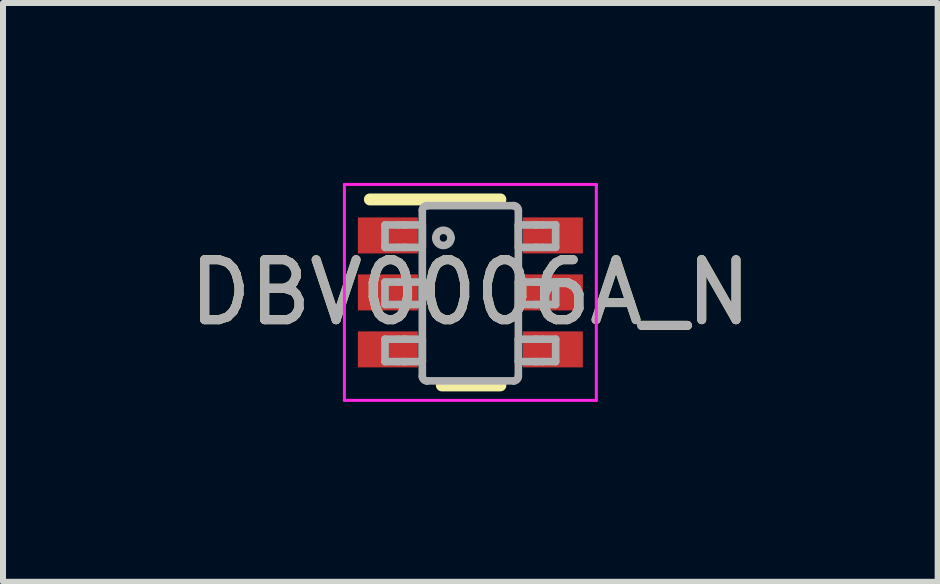
<source format=kicad_pcb>
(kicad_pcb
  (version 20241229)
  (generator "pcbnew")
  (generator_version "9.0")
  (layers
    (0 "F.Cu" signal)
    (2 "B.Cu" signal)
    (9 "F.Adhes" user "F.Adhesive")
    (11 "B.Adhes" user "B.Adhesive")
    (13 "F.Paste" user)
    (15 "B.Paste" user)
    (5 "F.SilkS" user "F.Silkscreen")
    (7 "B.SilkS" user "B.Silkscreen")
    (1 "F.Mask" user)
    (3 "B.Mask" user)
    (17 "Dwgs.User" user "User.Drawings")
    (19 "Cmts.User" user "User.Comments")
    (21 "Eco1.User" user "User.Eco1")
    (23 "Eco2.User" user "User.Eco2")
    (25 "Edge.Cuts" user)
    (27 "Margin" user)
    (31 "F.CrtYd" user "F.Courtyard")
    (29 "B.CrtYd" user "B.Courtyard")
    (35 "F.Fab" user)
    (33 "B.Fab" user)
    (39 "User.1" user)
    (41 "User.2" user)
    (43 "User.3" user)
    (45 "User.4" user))
  (footprint "DBV0006A_N"
    (layer "F.Cu")
    (at 4.792 1.825)
    (property "Reference" "DBV0006A_N" (at 0 0 0) (unlocked yes) (layer "F.SilkS") (effects (font (size 1 1) (thickness 0.15))))
    (attr smd)
    (fp_line (start -1.675 -1.55) (end 0.5 -1.55) (stroke (width 0.2) (type solid)) (layer "F.SilkS"))
    (fp_line (start -0.475 1.55) (end 0.5 1.55) (stroke (width 0.2) (type solid)) (layer "F.SilkS"))
    (fp_line (start -2.1 -1.8) (end -2.1 1.8) (stroke (width 0.05) (type default)) (layer "F.CrtYd"))
    (fp_line (start -2.1 -1.8) (end 2.1 -1.8) (stroke (width 0.05) (type default)) (layer "F.CrtYd"))
    (fp_line (start 2.1 -1.8) (end 2.1 1.8) (stroke (width 0.05) (type default)) (layer "F.CrtYd"))
    (fp_line (start 2.1 1.8) (end -2.1 1.8) (stroke (width 0.05) (type default)) (layer "F.CrtYd"))
    (fp_line (start -1.423 -1.125) (end -1.206 -1.125) (stroke (width 0.127) (type solid)) (layer "F.Fab"))
    (fp_line (start -1.423 -0.751) (end -1.423 -1.125) (stroke (width 0.127) (type solid)) (layer "F.Fab"))
    (fp_line (start -1.423 -0.751) (end -1.206 -0.751) (stroke (width 0.127) (type solid)) (layer "F.Fab"))
    (fp_line (start -1.423 -0.173) (end -1.206 -0.173) (stroke (width 0.127) (type solid)) (layer "F.Fab"))
    (fp_line (start -1.423 0.202) (end -1.423 -0.173) (stroke (width 0.127) (type solid)) (layer "F.Fab"))
    (fp_line (start -1.423 0.202) (end -1.206 0.202) (stroke (width 0.127) (type solid)) (layer "F.Fab"))
    (fp_line (start -1.423 0.78) (end -1.206 0.78) (stroke (width 0.127) (type solid)) (layer "F.Fab"))
    (fp_line (start -1.423 1.154) (end -1.423 0.78) (stroke (width 0.127) (type solid)) (layer "F.Fab"))
    (fp_line (start -1.423 1.154) (end -1.206 1.154) (stroke (width 0.127) (type solid)) (layer "F.Fab"))
    (fp_line (start -1.206 -1.125) (end -1.113 -1.125) (stroke (width 0.127) (type solid)) (layer "F.Fab"))
    (fp_line (start -1.206 -0.751) (end -1.113 -0.751) (stroke (width 0.127) (type solid)) (layer "F.Fab"))
    (fp_line (start -1.206 -0.173) (end -1.113 -0.173) (stroke (width 0.127) (type solid)) (layer "F.Fab"))
    (fp_line (start -1.206 0.202) (end -1.113 0.202) (stroke (width 0.127) (type solid)) (layer "F.Fab"))
    (fp_line (start -1.206 0.78) (end -1.113 0.78) (stroke (width 0.127) (type solid)) (layer "F.Fab"))
    (fp_line (start -1.206 1.154) (end -1.113 1.154) (stroke (width 0.127) (type solid)) (layer "F.Fab"))
    (fp_line (start -1.113 -1.125) (end -1.081 -1.125) (stroke (width 0.127) (type solid)) (layer "F.Fab"))
    (fp_line (start -1.113 -0.751) (end -1.081 -0.751) (stroke (width 0.127) (type solid)) (layer "F.Fab"))
    (fp_line (start -1.113 -0.173) (end -1.081 -0.173) (stroke (width 0.127) (type solid)) (layer "F.Fab"))
    (fp_line (start -1.113 0.202) (end -1.081 0.202) (stroke (width 0.127) (type solid)) (layer "F.Fab"))
    (fp_line (start -1.113 0.78) (end -1.081 0.78) (stroke (width 0.127) (type solid)) (layer "F.Fab"))
    (fp_line (start -1.113 1.154) (end -1.081 1.154) (stroke (width 0.127) (type solid)) (layer "F.Fab"))
    (fp_line (start -1.081 -1.125) (end -0.828 -1.125) (stroke (width 0.127) (type solid)) (layer "F.Fab"))
    (fp_line (start -1.081 -0.751) (end -0.828 -0.751) (stroke (width 0.127) (type solid)) (layer "F.Fab"))
    (fp_line (start -1.081 -0.173) (end -0.828 -0.173) (stroke (width 0.127) (type solid)) (layer "F.Fab"))
    (fp_line (start -1.081 0.202) (end -0.828 0.202) (stroke (width 0.127) (type solid)) (layer "F.Fab"))
    (fp_line (start -1.081 0.78) (end -0.828 0.78) (stroke (width 0.127) (type solid)) (layer "F.Fab"))
    (fp_line (start -1.081 1.154) (end -0.828 1.154) (stroke (width 0.127) (type solid)) (layer "F.Fab"))
    (fp_line (start -0.828 -1.125) (end -0.801 -1.125) (stroke (width 0.127) (type solid)) (layer "F.Fab"))
    (fp_line (start -0.828 -0.751) (end -0.801 -0.751) (stroke (width 0.127) (type solid)) (layer "F.Fab"))
    (fp_line (start -0.828 -0.173) (end -0.801 -0.173) (stroke (width 0.127) (type solid)) (layer "F.Fab"))
    (fp_line (start -0.828 0.202) (end -0.801 0.202) (stroke (width 0.127) (type solid)) (layer "F.Fab"))
    (fp_line (start -0.828 0.78) (end -0.801 0.78) (stroke (width 0.127) (type solid)) (layer "F.Fab"))
    (fp_line (start -0.828 1.154) (end -0.801 1.154) (stroke (width 0.127) (type solid)) (layer "F.Fab"))
    (fp_line (start -0.801 -0.751) (end -0.801 -1.125) (stroke (width 0.127) (type solid)) (layer "F.Fab"))
    (fp_line (start -0.801 0.202) (end -0.801 -0.173) (stroke (width 0.127) (type solid)) (layer "F.Fab"))
    (fp_line (start -0.801 1.154) (end -0.801 0.78) (stroke (width 0.127) (type solid)) (layer "F.Fab"))
    (fp_line (start -0.801 1.399) (end -0.801 -1.37) (stroke (width 0.127) (type solid)) (layer "F.Fab"))
    (fp_line (start -0.725 -1.446) (end -0.724 -1.446) (stroke (width 0.127) (type solid)) (layer "F.Fab"))
    (fp_line (start -0.725 1.475) (end -0.724 1.475) (stroke (width 0.127) (type solid)) (layer "F.Fab"))
    (fp_line (start -0.724 -1.446) (end 0.723 -1.446) (stroke (width 0.127) (type solid)) (layer "F.Fab"))
    (fp_line (start -0.724 1.475) (end 0.723 1.475) (stroke (width 0.127) (type solid)) (layer "F.Fab"))
    (fp_line (start 0.723 -1.446) (end 0.724 -1.446) (stroke (width 0.127) (type solid)) (layer "F.Fab"))
    (fp_line (start 0.723 1.475) (end 0.724 1.475) (stroke (width 0.127) (type solid)) (layer "F.Fab"))
    (fp_line (start 0.8 -1.125) (end 0.827 -1.125) (stroke (width 0.127) (type solid)) (layer "F.Fab"))
    (fp_line (start 0.8 -0.751) (end 0.8 -1.125) (stroke (width 0.127) (type solid)) (layer "F.Fab"))
    (fp_line (start 0.8 -0.751) (end 0.827 -0.751) (stroke (width 0.127) (type solid)) (layer "F.Fab"))
    (fp_line (start 0.8 -0.173) (end 0.827 -0.173) (stroke (width 0.127) (type solid)) (layer "F.Fab"))
    (fp_line (start 0.8 0.202) (end 0.8 -0.173) (stroke (width 0.127) (type solid)) (layer "F.Fab"))
    (fp_line (start 0.8 0.202) (end 0.827 0.202) (stroke (width 0.127) (type solid)) (layer "F.Fab"))
    (fp_line (start 0.8 0.78) (end 0.827 0.78) (stroke (width 0.127) (type solid)) (layer "F.Fab"))
    (fp_line (start 0.8 1.154) (end 0.8 0.78) (stroke (width 0.127) (type solid)) (layer "F.Fab"))
    (fp_line (start 0.8 1.154) (end 0.827 1.154) (stroke (width 0.127) (type solid)) (layer "F.Fab"))
    (fp_line (start 0.8 1.399) (end 0.8 -1.37) (stroke (width 0.127) (type solid)) (layer "F.Fab"))
    (fp_line (start 0.827 -1.125) (end 1.08 -1.125) (stroke (width 0.127) (type solid)) (layer "F.Fab"))
    (fp_line (start 0.827 -0.751) (end 1.08 -0.751) (stroke (width 0.127) (type solid)) (layer "F.Fab"))
    (fp_line (start 0.827 -0.173) (end 1.08 -0.173) (stroke (width 0.127) (type solid)) (layer "F.Fab"))
    (fp_line (start 0.827 0.202) (end 1.08 0.202) (stroke (width 0.127) (type solid)) (layer "F.Fab"))
    (fp_line (start 0.827 0.78) (end 1.08 0.78) (stroke (width 0.127) (type solid)) (layer "F.Fab"))
    (fp_line (start 0.827 1.154) (end 1.08 1.154) (stroke (width 0.127) (type solid)) (layer "F.Fab"))
    (fp_line (start 1.08 -1.125) (end 1.112 -1.125) (stroke (width 0.127) (type solid)) (layer "F.Fab"))
    (fp_line (start 1.08 -0.751) (end 1.112 -0.751) (stroke (width 0.127) (type solid)) (layer "F.Fab"))
    (fp_line (start 1.08 -0.173) (end 1.112 -0.173) (stroke (width 0.127) (type solid)) (layer "F.Fab"))
    (fp_line (start 1.08 0.202) (end 1.112 0.202) (stroke (width 0.127) (type solid)) (layer "F.Fab"))
    (fp_line (start 1.08 0.78) (end 1.112 0.78) (stroke (width 0.127) (type solid)) (layer "F.Fab"))
    (fp_line (start 1.08 1.154) (end 1.112 1.154) (stroke (width 0.127) (type solid)) (layer "F.Fab"))
    (fp_line (start 1.112 -1.125) (end 1.205 -1.125) (stroke (width 0.127) (type solid)) (layer "F.Fab"))
    (fp_line (start 1.112 -0.751) (end 1.205 -0.751) (stroke (width 0.127) (type solid)) (layer "F.Fab"))
    (fp_line (start 1.112 -0.173) (end 1.205 -0.173) (stroke (width 0.127) (type solid)) (layer "F.Fab"))
    (fp_line (start 1.112 0.202) (end 1.205 0.202) (stroke (width 0.127) (type solid)) (layer "F.Fab"))
    (fp_line (start 1.112 0.78) (end 1.205 0.78) (stroke (width 0.127) (type solid)) (layer "F.Fab"))
    (fp_line (start 1.112 1.154) (end 1.205 1.154) (stroke (width 0.127) (type solid)) (layer "F.Fab"))
    (fp_line (start 1.205 -1.125) (end 1.422 -1.125) (stroke (width 0.127) (type solid)) (layer "F.Fab"))
    (fp_line (start 1.205 -0.751) (end 1.422 -0.751) (stroke (width 0.127) (type solid)) (layer "F.Fab"))
    (fp_line (start 1.205 -0.173) (end 1.422 -0.173) (stroke (width 0.127) (type solid)) (layer "F.Fab"))
    (fp_line (start 1.205 0.202) (end 1.422 0.202) (stroke (width 0.127) (type solid)) (layer "F.Fab"))
    (fp_line (start 1.205 0.78) (end 1.422 0.78) (stroke (width 0.127) (type solid)) (layer "F.Fab"))
    (fp_line (start 1.205 1.154) (end 1.422 1.154) (stroke (width 0.127) (type solid)) (layer "F.Fab"))
    (fp_line (start 1.422 -0.751) (end 1.422 -1.125) (stroke (width 0.127) (type solid)) (layer "F.Fab"))
    (fp_line (start 1.422 0.202) (end 1.422 -0.173) (stroke (width 0.127) (type solid)) (layer "F.Fab"))
    (fp_line (start 1.422 1.154) (end 1.422 0.78) (stroke (width 0.127) (type solid)) (layer "F.Fab"))
    (fp_arc (start -0.800692 -1.369901) (mid -0.778512 -1.423533) (end -0.724999 -1.446) (stroke (width 0.127) (type solid)) (layer "F.Fab"))
    (fp_arc (start -0.724999 1.475002) (mid -0.778507 1.452548) (end -0.800692 1.398928) (stroke (width 0.127) (type solid)) (layer "F.Fab"))
    (fp_arc (start -0.576537 -0.906071) (mid -0.449562 -1.033046) (end -0.322588 -0.906071) (stroke (width 0.127) (type solid)) (layer "F.Fab"))
    (fp_arc (start -0.322588 -0.906071) (mid -0.449562 -0.779097) (end -0.576537 -0.906071) (stroke (width 0.127) (type solid)) (layer "F.Fab"))
    (fp_arc (start 0.723841 -1.446) (mid 0.777341 -1.423528) (end 0.799508 -1.369901) (stroke (width 0.127) (type solid)) (layer "F.Fab"))
    (fp_arc (start 0.799508 1.398928) (mid 0.777336 1.452543) (end 0.723841 1.475002) (stroke (width 0.127) (type solid)) (layer "F.Fab"))
    (fp_text user "${REFERENCE}" (at 0 0 0) (unlocked yes) (layer "F.Fab") (effects (font (size 1 1) (thickness 0.15))))
    (pad "1" smd rect (at -1.375 -0.95 90) (size 0.6 1) (layers "F.Cu" "F.Mask" "F.Paste"))
    (pad "2" smd rect (at -1.375 0 90) (size 0.6 1) (layers "F.Cu" "F.Mask" "F.Paste"))
    (pad "3" smd rect (at -1.375 0.95 90) (size 0.6 1) (layers "F.Cu" "F.Mask" "F.Paste"))
    (pad "4" smd rect (at 1.375 0.95 90) (size 0.6 1) (layers "F.Cu" "F.Mask" "F.Paste"))
    (pad "5" smd rect (at 1.375 0 90) (size 0.6 1) (layers "F.Cu" "F.Mask" "F.Paste"))
    (pad "6" smd rect (at 1.375 -0.95 90) (size 0.6 1) (layers "F.Cu" "F.Mask" "F.Paste")))
  (gr_rect
    (start -3 -3)
    (end 12.583 6.65)
    (stroke (width 0.1) (type default))
    (fill no)
    (layer "Edge.Cuts")))
</source>
